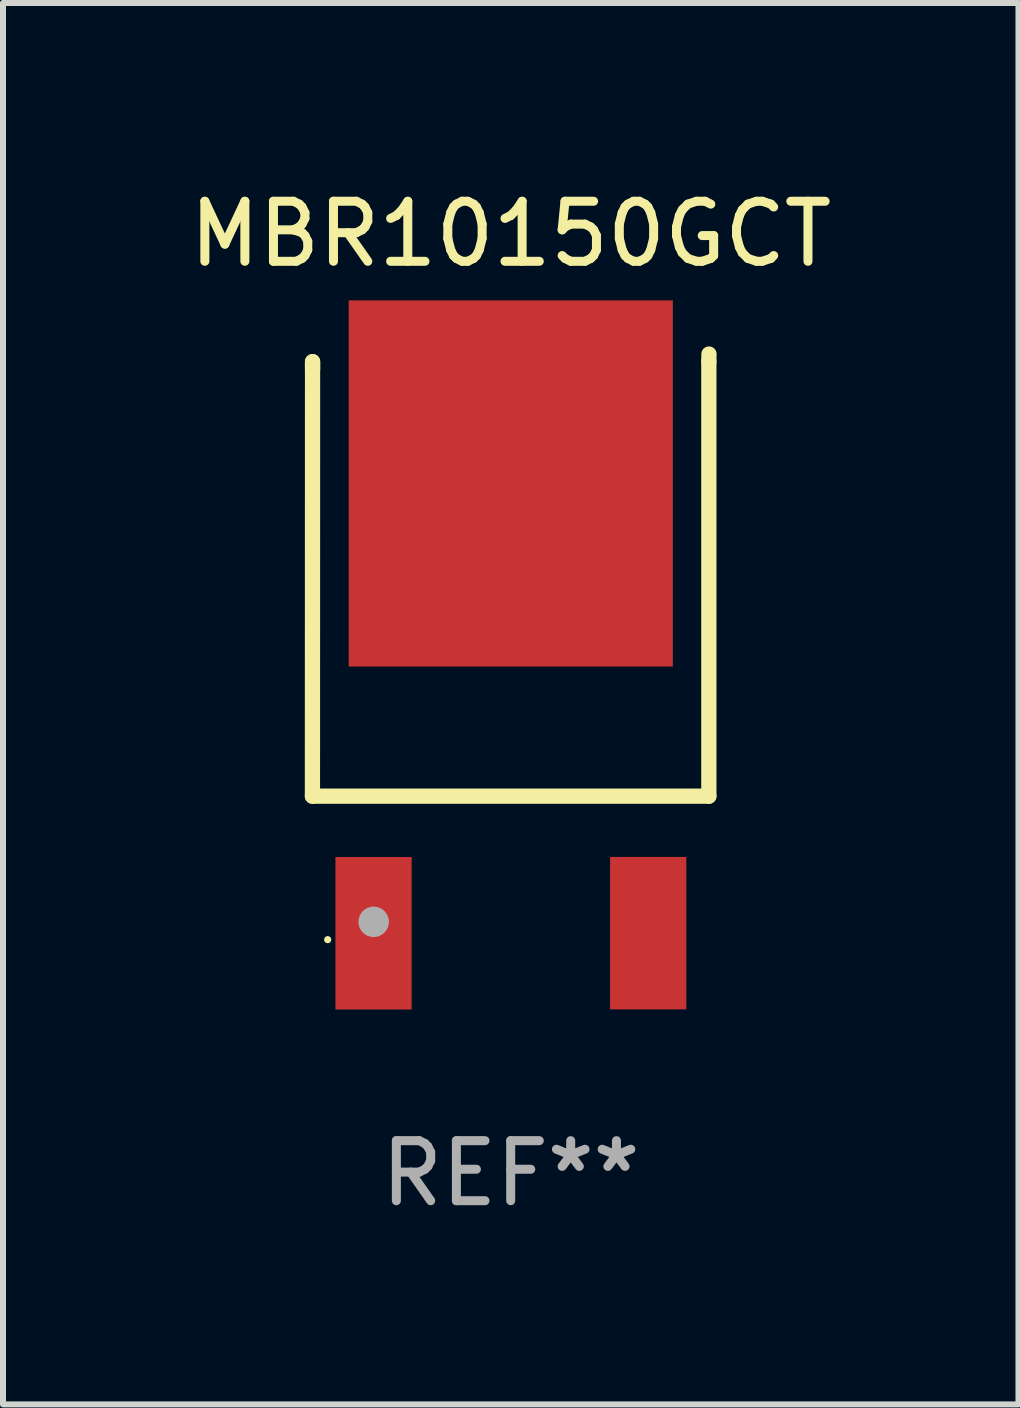
<source format=kicad_pcb>
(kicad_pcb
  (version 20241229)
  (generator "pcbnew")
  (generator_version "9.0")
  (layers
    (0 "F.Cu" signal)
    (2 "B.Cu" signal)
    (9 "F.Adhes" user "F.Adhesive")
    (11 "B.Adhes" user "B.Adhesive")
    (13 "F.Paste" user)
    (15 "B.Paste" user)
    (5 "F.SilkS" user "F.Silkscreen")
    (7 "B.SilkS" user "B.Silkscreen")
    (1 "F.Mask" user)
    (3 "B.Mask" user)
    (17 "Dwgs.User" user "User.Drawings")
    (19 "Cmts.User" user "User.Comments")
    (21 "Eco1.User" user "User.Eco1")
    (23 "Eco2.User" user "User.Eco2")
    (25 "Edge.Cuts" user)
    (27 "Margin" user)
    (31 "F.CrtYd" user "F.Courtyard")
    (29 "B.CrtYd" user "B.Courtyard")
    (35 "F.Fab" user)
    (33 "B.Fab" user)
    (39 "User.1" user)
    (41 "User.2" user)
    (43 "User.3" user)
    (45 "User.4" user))
  (footprint "MBR10150GCT"
    (layer "F.Cu")
    (at 5.458 7.673)
    (property "Reference" "MBR10150GCT" (at 0 -6.825 0) (layer "F.SilkS") (effects (font (size 1 1) (thickness 0.15))))
    (attr through_hole)
    (fp_line (start -3.303 2.541) (end 3.301 2.541) (stroke (width 0.254) (type solid)) (layer "F.SilkS"))
    (fp_line (start -3.301 -4.698) (end -3.303 2.541) (stroke (width 0.254) (type solid)) (layer "F.SilkS"))
    (fp_line (start -3.301 -4.571) (end -3.301 -4.698) (stroke (width 0.254) (type solid)) (layer "F.SilkS"))
    (fp_line (start 3.301 -4.698) (end 3.303 -4.825) (stroke (width 0.254) (type solid)) (layer "F.SilkS"))
    (fp_line (start 3.301 2.541) (end 3.301 -4.698) (stroke (width 0.254) (type solid)) (layer "F.SilkS"))
    (fp_circle (center -3.049 4.931) (end -3.019 4.931) (stroke (width 0.06) (type solid)) (fill no) (layer "F.SilkS"))
    (fp_circle (center -2.283 4.634) (end -2.156 4.634) (stroke (width 0.254) (type solid)) (fill no) (layer "F.Fab"))
    (fp_text user "REF**" (at 0 8.825 0) (layer "F.Fab") (effects (font (size 1 1) (thickness 0.15))))
    (pad "1" smd rect (at -2.285 4.825 270) (size 2.54 1.27) (layers "F.Cu" "F.Mask" "F.Paste"))
    (pad "2" smd rect (at 0.001 -2.669 270) (size 6.1 5.4) (layers "F.Cu" "F.Mask" "F.Paste"))
    (pad "3" smd rect (at 2.291 4.823 270) (size 2.54 1.27) (layers "F.Cu" "F.Mask" "F.Paste")))
  (gr_rect
    (start -3 -3)
    (end 13.917 20.346)
    (stroke (width 0.1) (type default))
    (fill no)
    (layer "Edge.Cuts")))
</source>
